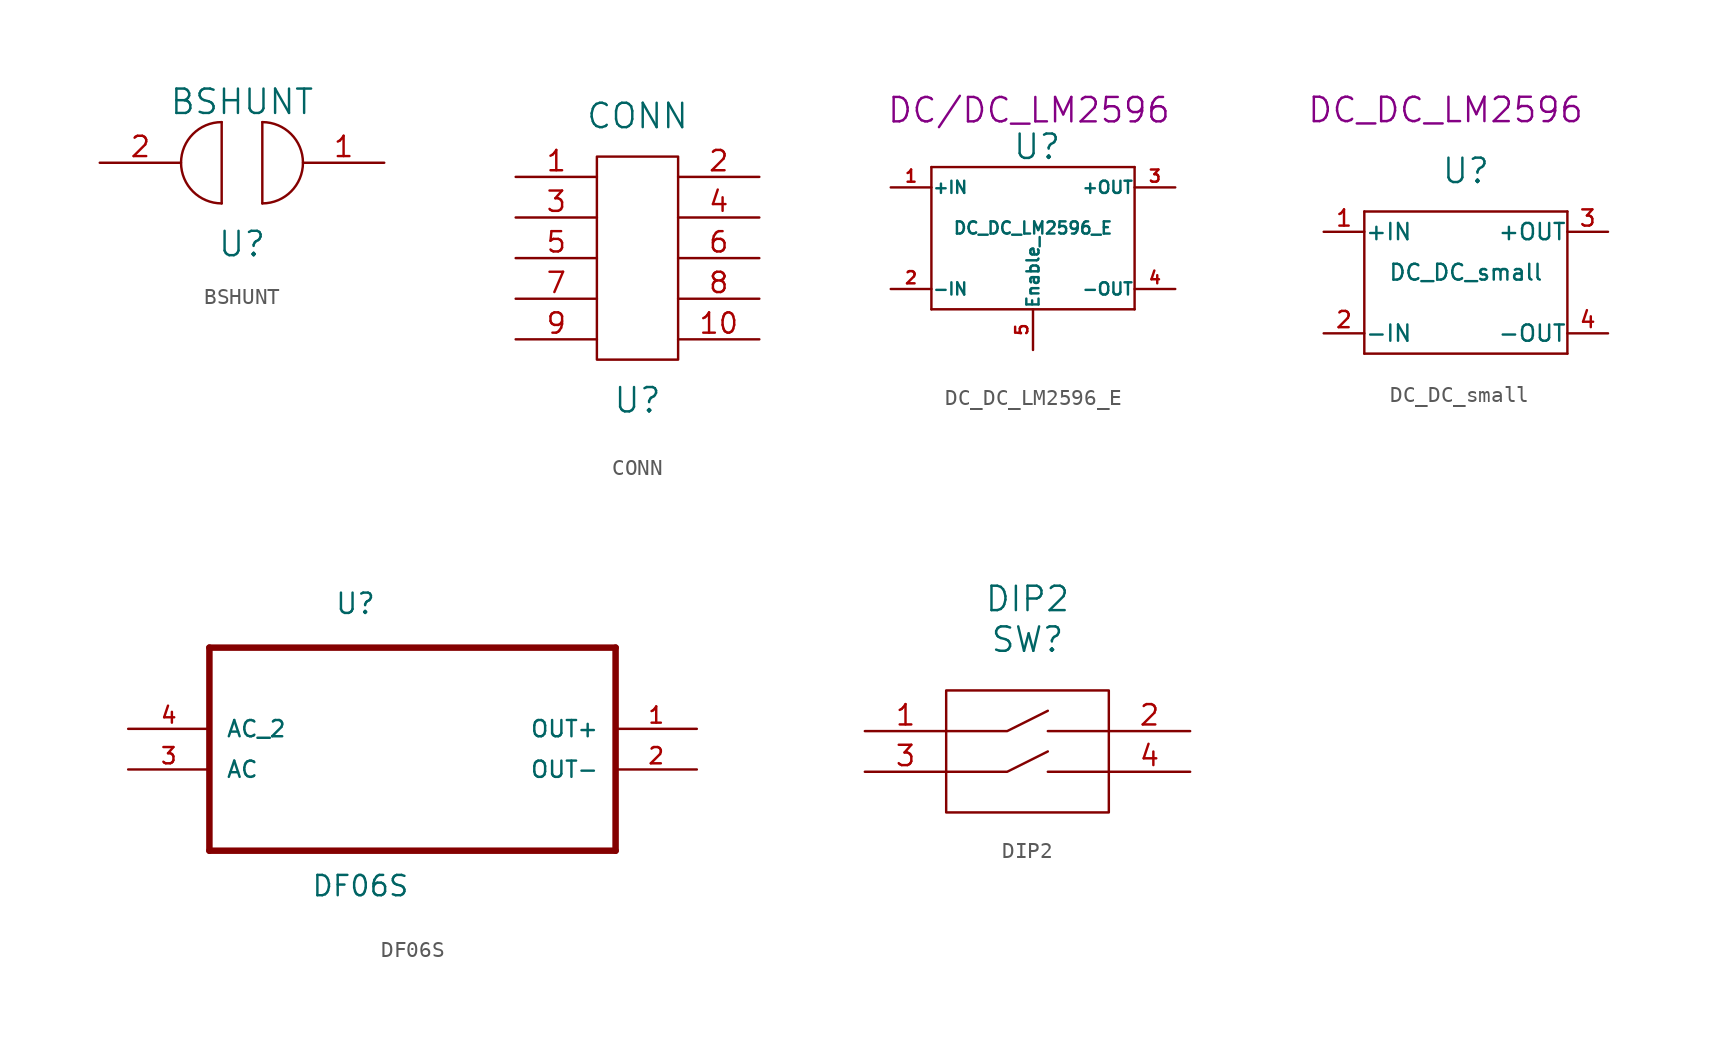
<source format=kicad_sym>
(kicad_symbol_lib
  (version 20211014)
  (generator kicad_symbol_editor)
  (symbol "BSHUNT"
    (pin_names
      (offset 1.016))
    (property "Reference" "U"
      (at 0 -5.08 0)
      (effects (font (size 1.524 1.524))))
    (property "Value" "BSHUNT"
      (at 0 3.81 0)
      (effects (font (size 1.524 1.524))))
    (property "Footprint" ""
      (at 0 0 0)
      (effects (font (size 1.524 1.524))))
    (property "Datasheet" ""
      (at 0 0 0)
      (effects (font (size 1.524 1.524))))
    (symbol "BSHUNT_0_1"
      (arc (start -1.27 2.54) (mid -3.81 0) (end -1.27 -2.54) (stroke (width 0) (type default) (color 0 0 0 0)) (fill (type none)))
      (polyline (pts (xy -1.27 2.54) (xy -1.27 -2.54)) (stroke (width 0) (type default) (color 0 0 0 0)) (fill (type none)))
      (polyline (pts (xy 1.27 2.54) (xy 1.27 -2.54)) (stroke (width 0) (type default) (color 0 0 0 0)) (fill (type none))))
    (symbol "BSHUNT_1_1"
      (arc (start 1.27 -2.54) (mid 3.81 0) (end 1.27 2.54) (stroke (width 0) (type default) (color 0 0 0 0)) (fill (type none)))
      (pin input line (at 8.89 0 180) (length 5.08) (name "~" (effects (font (size 1.27 1.27)))) (number "1" (effects (font (size 1.27 1.27)))))
      (pin input line (at -8.89 0 0) (length 5.08) (name "~" (effects (font (size 1.27 1.27)))) (number "2" (effects (font (size 1.27 1.27)))))))
  (symbol "CONN"
    (pin_names
      (offset 1.016))
    (property "Reference" "U"
      (at 0 -8.89 0)
      (effects (font (size 1.524 1.524))))
    (property "Value" "CONN"
      (at 0 8.89 0)
      (effects (font (size 1.524 1.524))))
    (property "Footprint" ""
      (at 1.27 7.62 0)
      (effects (font (size 1.524 1.524))))
    (property "Datasheet" ""
      (at 1.27 7.62 0)
      (effects (font (size 1.524 1.524))))
    (symbol "CONN_0_1"
      (rectangle (start -2.54 6.35) (end 2.54 -6.35) (stroke (width 0) (type default) (color 0 0 0 0)) (fill (type none))))
    (symbol "CONN_1_1"
      (pin input line (at -7.62 5.08 0) (length 5.08) (name "~" (effects (font (size 1.27 1.27)))) (number "1" (effects (font (size 1.27 1.27)))))
      (pin input line (at 7.62 -5.08 180) (length 5.08) (name "~" (effects (font (size 1.27 1.27)))) (number "10" (effects (font (size 1.27 1.27)))))
      (pin input line (at 7.62 5.08 180) (length 5.08) (name "~" (effects (font (size 1.27 1.27)))) (number "2" (effects (font (size 1.27 1.27)))))
      (pin input line (at -7.62 2.54 0) (length 5.08) (name "~" (effects (font (size 1.27 1.27)))) (number "3" (effects (font (size 1.27 1.27)))))
      (pin input line (at 7.62 2.54 180) (length 5.08) (name "~" (effects (font (size 1.27 1.27)))) (number "4" (effects (font (size 1.27 1.27)))))
      (pin input line (at -7.62 0 0) (length 5.08) (name "~" (effects (font (size 1.27 1.27)))) (number "5" (effects (font (size 1.27 1.27)))))
      (pin input line (at 7.62 0 180) (length 5.08) (name "~" (effects (font (size 1.27 1.27)))) (number "6" (effects (font (size 1.27 1.27)))))
      (pin input line (at -7.62 -2.54 0) (length 5.08) (name "~" (effects (font (size 1.27 1.27)))) (number "7" (effects (font (size 1.27 1.27)))))
      (pin input line (at 7.62 -2.54 180) (length 5.08) (name "~" (effects (font (size 1.27 1.27)))) (number "8" (effects (font (size 1.27 1.27)))))
      (pin input line (at -7.62 -5.08 0) (length 5.08) (name "~" (effects (font (size 1.27 1.27)))) (number "9" (effects (font (size 1.27 1.27)))))))
  (symbol "DC_DC_LM2596_E"
    (pin_names
      (offset 0.025))
    (property "Reference" "U"
      (at 0.254 5.588 0)
      (effects (font (size 1.524 1.524))))
    (property "Value" "DC_DC_LM2596_E"
      (at 0 0.508 0)
      (effects (font (size 0.762 0.762))))
    (property "Footprint" "DC/DC_LM2596"
      (at -0.254 7.874 0)
      (effects (font (size 1.524 1.524))))
    (property "Datasheet" ""
      (at 0 -0.762 0)
      (effects (font (size 1.524 1.524))))
    (symbol "DC_DC_LM2596_E_0_1"
      (rectangle (start -6.35 4.318) (end -6.35 -4.572) (stroke (width 0) (type default) (color 0 0 0 0)) (fill (type none)))
      (rectangle (start -6.35 4.318) (end 6.35 4.318) (stroke (width 0) (type default) (color 0 0 0 0)) (fill (type none)))
      (rectangle (start 6.35 -4.572) (end -6.35 -4.572) (stroke (width 0) (type default) (color 0 0 0 0)) (fill (type none)))
      (rectangle (start 6.35 4.318) (end 6.35 -4.572) (stroke (width 0) (type default) (color 0 0 0 0)) (fill (type none))))
    (symbol "DC_DC_LM2596_E_1_1"
      (pin power_in line (at -8.89 3.048 0) (length 2.54) (name "+IN" (effects (font (size 0.762 0.762)))) (number "1" (effects (font (size 0.762 0.762)))))
      (pin power_in line (at -8.89 -3.302 0) (length 2.54) (name "-IN" (effects (font (size 0.762 0.762)))) (number "2" (effects (font (size 0.762 0.762)))))
      (pin power_out line (at 8.89 3.048 180) (length 2.54) (name "+OUT" (effects (font (size 0.762 0.762)))) (number "3" (effects (font (size 0.762 0.762)))))
      (pin power_in line (at 8.89 -3.302 180) (length 2.54) (name "-OUT" (effects (font (size 0.762 0.762)))) (number "4" (effects (font (size 0.762 0.762)))))
      (pin input line (at 0 -7.112 90) (length 2.54) (name "Enable_" (effects (font (size 0.762 0.762)))) (number "5" (effects (font (size 0.762 0.762)))))))
  (symbol "DC_DC_small"
    (pin_names
      (offset 0.025))
    (property "Reference" "U"
      (at 0 7.62 0)
      (effects (font (size 1.524 1.524))))
    (property "Value" "DC_DC_small"
      (at 0 1.27 0)
      (effects (font (size 0.991 0.991))))
    (property "Footprint" "DC_DC_LM2596"
      (at -1.27 11.43 0)
      (effects (font (size 1.524 1.524))))
    (property "Datasheet" ""
      (at 0 7.62 0)
      (effects (font (size 1.524 1.524))))
    (symbol "DC_DC_small_0_1"
      (rectangle (start -6.35 5.08) (end -6.35 -3.81) (stroke (width 0) (type default) (color 0 0 0 0)) (fill (type none)))
      (rectangle (start -6.35 5.08) (end 6.35 5.08) (stroke (width 0) (type default) (color 0 0 0 0)) (fill (type none)))
      (rectangle (start 6.35 -3.81) (end -6.35 -3.81) (stroke (width 0) (type default) (color 0 0 0 0)) (fill (type none)))
      (rectangle (start 6.35 5.08) (end 6.35 -3.81) (stroke (width 0) (type default) (color 0 0 0 0)) (fill (type none))))
    (symbol "DC_DC_small_1_1"
      (pin power_in line (at -8.89 3.81 0) (length 2.54) (name "+IN" (effects (font (size 1.016 1.016)))) (number "1" (effects (font (size 1.016 1.016)))))
      (pin power_in line (at -8.89 -2.54 0) (length 2.54) (name "-IN" (effects (font (size 1.016 1.016)))) (number "2" (effects (font (size 1.016 1.016)))))
      (pin power_out line (at 8.89 3.81 180) (length 2.54) (name "+OUT" (effects (font (size 1.016 1.016)))) (number "3" (effects (font (size 1.016 1.016)))))
      (pin power_in line (at 8.89 -2.54 180) (length 2.54) (name "-OUT" (effects (font (size 1.016 1.016)))) (number "4" (effects (font (size 1.016 1.016)))))))
  (symbol "DF06S"
    (pin_names
      (offset 1.016))
    (property "Reference" "U"
      (at -4.877 4.547 0)
      (effects (font (size 1.27 1.27)) (justify left bottom)))
    (property "Value" "DF06S"
      (at -6.35 -13.106 0)
      (effects (font (size 1.27 1.27)) (justify left bottom)))
    (property "ki_locked" ""
      (at 0 0 0)
      (effects (font (size 1.27 1.27))))
    (symbol "DF06S_0_0"
      (polyline (pts (xy -12.7 -10.16) (xy 12.7 -10.16)) (stroke (width 0.406) (type default) (color 0 0 0 0)) (fill (type none)))
      (polyline (pts (xy -12.7 2.54) (xy -12.7 -10.16)) (stroke (width 0.406) (type default) (color 0 0 0 0)) (fill (type none)))
      (polyline (pts (xy 12.7 -10.16) (xy 12.7 2.54)) (stroke (width 0.406) (type default) (color 0 0 0 0)) (fill (type none)))
      (polyline (pts (xy 12.7 2.54) (xy -12.7 2.54)) (stroke (width 0.406) (type default) (color 0 0 0 0)) (fill (type none)))
      (pin output line (at 17.78 -2.54 180) (length 5.08) (name "OUT+" (effects (font (size 1.016 1.016)))) (number "1" (effects (font (size 1.016 1.016)))))
      (pin output line (at 17.78 -5.08 180) (length 5.08) (name "OUT-" (effects (font (size 1.016 1.016)))) (number "2" (effects (font (size 1.016 1.016)))))
      (pin input line (at -17.78 -5.08 0) (length 5.08) (name "AC" (effects (font (size 1.016 1.016)))) (number "3" (effects (font (size 1.016 1.016)))))
      (pin input line (at -17.78 -2.54 0) (length 5.08) (name "AC_2" (effects (font (size 1.016 1.016)))) (number "4" (effects (font (size 1.016 1.016)))))))
  (symbol "DIP2"
    (pin_names
      (offset 1.016))
    (property "Reference" "SW"
      (at 0 6.985 0)
      (effects (font (size 1.524 1.524))))
    (property "Value" "DIP2"
      (at 0 9.525 0)
      (effects (font (size 1.524 1.524))))
    (property "Footprint" ""
      (at 0 -0.635 0)
      (effects (font (size 1.524 1.524))))
    (property "Datasheet" ""
      (at 0 -0.635 0)
      (effects (font (size 1.524 1.524))))
    (symbol "DIP2_0_1"
      (rectangle (start -5.08 3.81) (end 5.08 -3.81) (stroke (width 0) (type default) (color 0 0 0 0)) (fill (type none)))
      (polyline (pts (xy 5.08 1.27) (xy 1.27 1.27)) (stroke (width 0) (type default) (color 0 0 0 0)) (fill (type none)))
      (polyline (pts (xy -5.08 -1.27) (xy -1.27 -1.27) (xy 1.27 0)) (stroke (width 0) (type default) (color 0 0 0 0)) (fill (type none)))
      (polyline (pts (xy -5.08 1.27) (xy -1.27 1.27) (xy 1.27 2.54)) (stroke (width 0) (type default) (color 0 0 0 0)) (fill (type none)))
      (polyline (pts (xy 1.27 -1.27) (xy 3.81 -1.27) (xy 5.08 -1.27)) (stroke (width 0) (type default) (color 0 0 0 0)) (fill (type none))))
    (symbol "DIP2_1_1"
      (pin input line (at -10.16 1.27 0) (length 5.08) (name "~" (effects (font (size 1.27 1.27)))) (number "1" (effects (font (size 1.27 1.27)))))
      (pin input line (at 10.16 1.27 180) (length 5.08) (name "~" (effects (font (size 1.27 1.27)))) (number "2" (effects (font (size 1.27 1.27)))))
      (pin input line (at -10.16 -1.27 0) (length 5.08) (name "~" (effects (font (size 1.27 1.27)))) (number "3" (effects (font (size 1.27 1.27)))))
      (pin input line (at 10.16 -1.27 180) (length 5.08) (name "~" (effects (font (size 1.27 1.27)))) (number "4" (effects (font (size 1.27 1.27))))))))
</source>
